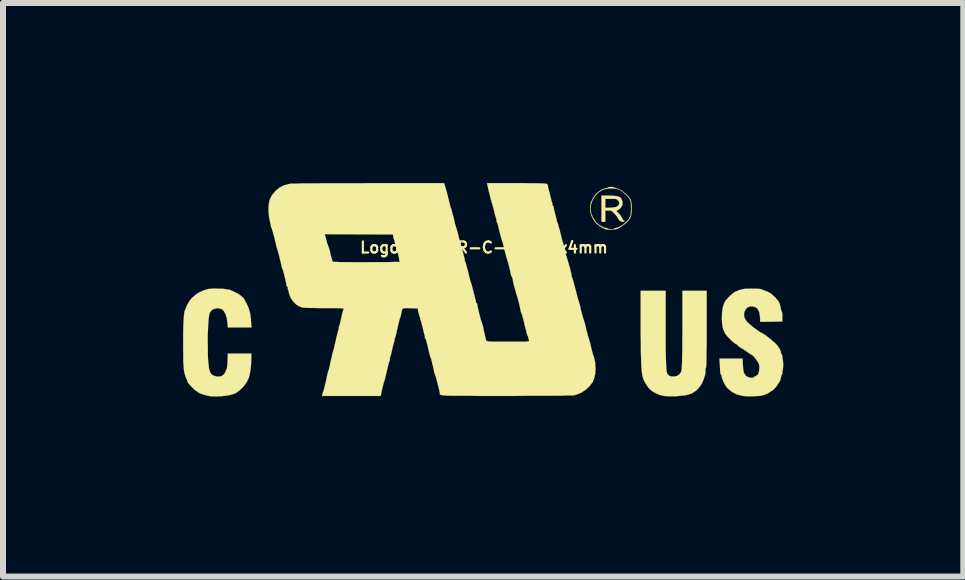
<source format=kicad_pcb>
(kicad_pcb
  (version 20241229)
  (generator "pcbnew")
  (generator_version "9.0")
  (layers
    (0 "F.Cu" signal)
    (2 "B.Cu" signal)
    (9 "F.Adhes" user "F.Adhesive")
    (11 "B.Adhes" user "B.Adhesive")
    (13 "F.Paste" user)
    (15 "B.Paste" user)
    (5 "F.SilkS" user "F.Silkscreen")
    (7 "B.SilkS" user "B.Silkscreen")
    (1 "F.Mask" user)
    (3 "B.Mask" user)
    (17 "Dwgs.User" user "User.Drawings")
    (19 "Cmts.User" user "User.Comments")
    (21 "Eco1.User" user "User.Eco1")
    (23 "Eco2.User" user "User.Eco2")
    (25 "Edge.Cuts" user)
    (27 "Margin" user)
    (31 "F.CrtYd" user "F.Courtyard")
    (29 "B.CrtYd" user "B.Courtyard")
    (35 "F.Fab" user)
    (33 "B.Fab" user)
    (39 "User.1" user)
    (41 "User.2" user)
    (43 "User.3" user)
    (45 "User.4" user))
  (footprint "Logo_silk_UR-C-US_10x4mm"
    (layer "F.Cu")
    (at 5.013 1.774)
    (property "Reference" "Logo_silk_UR-C-US_10x4mm" (at 0 -0.7 0) (layer "F.SilkS") (effects (font (size 0.185 0.185) (thickness 0.036))))
    (attr through_hole)
    (fp_poly (pts (xy 2.342 -1.138) (xy 2.334 -1.13) (xy 2.314 -1.13) (xy 2.289 -1.133) (xy 2.268 -1.143) (xy 2.261 -1.148) (xy 2.243 -1.171) (xy 2.228 -1.196) (xy 2.212 -1.222) (xy 2.187 -1.252) (xy 2.169 -1.27) (xy 2.144 -1.295) (xy 2.123 -1.311) (xy 2.101 -1.316) (xy 2.075 -1.316) (xy 2.022 -1.316) (xy 2.022 -1.222) (xy 2.022 -1.128) (xy 1.989 -1.128) (xy 1.958 -1.128) (xy 1.958 -1.346) (xy 1.958 -1.565) (xy 2.083 -1.565) (xy 2.154 -1.562) (xy 2.205 -1.557) (xy 2.243 -1.549) (xy 2.271 -1.534) (xy 2.289 -1.514) (xy 2.294 -1.504) (xy 2.311 -1.455) (xy 2.306 -1.407) (xy 2.281 -1.364) (xy 2.258 -1.341) (xy 2.258 -1.433) (xy 2.25 -1.463) (xy 2.233 -1.486) (xy 2.22 -1.499) (xy 2.205 -1.506) (xy 2.184 -1.511) (xy 2.154 -1.511) (xy 2.116 -1.511) (xy 2.022 -1.511) (xy 2.022 -1.438) (xy 2.022 -1.361) (xy 2.103 -1.364) (xy 2.146 -1.367) (xy 2.182 -1.372) (xy 2.207 -1.377) (xy 2.21 -1.379) (xy 2.243 -1.405) (xy 2.258 -1.433) (xy 2.258 -1.341) (xy 2.256 -1.341) (xy 2.23 -1.323) (xy 2.225 -1.321) (xy 2.212 -1.318) (xy 2.21 -1.311) (xy 2.217 -1.298) (xy 2.238 -1.275) (xy 2.243 -1.273) (xy 2.271 -1.24) (xy 2.294 -1.206) (xy 2.304 -1.189) (xy 2.316 -1.163) (xy 2.329 -1.151) (xy 2.332 -1.151) (xy 2.342 -1.14) (xy 2.342 -1.138)) (stroke (width 0.003) (type solid)) (fill yes) (layer "F.SilkS"))
    (fp_poly (pts (xy 3.711 0.658) (xy 3.711 0.805) (xy 3.711 0.932) (xy 3.708 1.039) (xy 3.708 1.128) (xy 3.706 1.196) (xy 3.706 1.247) (xy 3.703 1.283) (xy 3.701 1.298) (xy 3.701 1.3) (xy 3.693 1.313) (xy 3.691 1.341) (xy 3.691 1.351) (xy 3.691 1.382) (xy 3.688 1.405) (xy 3.688 1.41) (xy 3.683 1.427) (xy 3.673 1.458) (xy 3.663 1.491) (xy 3.632 1.565) (xy 3.586 1.633) (xy 3.546 1.674) (xy 3.526 1.692) (xy 3.51 1.699) (xy 3.498 1.707) (xy 3.49 1.714) (xy 3.475 1.725) (xy 3.444 1.737) (xy 3.406 1.75) (xy 3.399 1.753) (xy 3.348 1.763) (xy 3.279 1.77) (xy 3.205 1.778) (xy 3.129 1.778) (xy 3.058 1.778) (xy 2.997 1.773) (xy 2.99 1.77) (xy 2.934 1.758) (xy 2.873 1.732) (xy 2.814 1.702) (xy 2.774 1.671) (xy 2.733 1.626) (xy 2.695 1.57) (xy 2.664 1.511) (xy 2.647 1.463) (xy 2.639 1.43) (xy 2.634 1.394) (xy 2.629 1.351) (xy 2.624 1.298) (xy 2.621 1.237) (xy 2.619 1.166) (xy 2.616 1.079) (xy 2.614 0.98) (xy 2.614 0.864) (xy 2.611 0.729) (xy 2.611 0.597) (xy 2.611 0.02) (xy 2.819 0.02) (xy 3.028 0.02) (xy 3.028 0.627) (xy 3.028 0.775) (xy 3.028 0.902) (xy 3.028 1.011) (xy 3.03 1.102) (xy 3.033 1.181) (xy 3.035 1.245) (xy 3.038 1.295) (xy 3.04 1.336) (xy 3.045 1.367) (xy 3.051 1.389) (xy 3.056 1.402) (xy 3.058 1.407) (xy 3.086 1.435) (xy 3.127 1.45) (xy 3.172 1.45) (xy 3.216 1.44) (xy 3.254 1.415) (xy 3.256 1.412) (xy 3.274 1.392) (xy 3.287 1.367) (xy 3.294 1.331) (xy 3.297 1.311) (xy 3.297 1.285) (xy 3.299 1.245) (xy 3.302 1.186) (xy 3.302 1.113) (xy 3.305 1.026) (xy 3.305 0.932) (xy 3.305 0.828) (xy 3.307 0.719) (xy 3.307 0.627) (xy 3.307 0.02) (xy 3.508 0.02) (xy 3.711 0.02) (xy 3.711 0.658)) (stroke (width 0.003) (type solid)) (fill yes) (layer "F.SilkS"))
    (fp_poly (pts (xy 2.461 -1.356) (xy 2.459 -1.285) (xy 2.451 -1.229) (xy 2.451 -1.344) (xy 2.451 -1.351) (xy 2.449 -1.402) (xy 2.449 -1.44) (xy 2.443 -1.466) (xy 2.436 -1.486) (xy 2.426 -1.509) (xy 2.423 -1.514) (xy 2.393 -1.554) (xy 2.349 -1.595) (xy 2.301 -1.636) (xy 2.256 -1.664) (xy 2.248 -1.666) (xy 2.207 -1.679) (xy 2.154 -1.684) (xy 2.093 -1.684) (xy 2.035 -1.676) (xy 1.986 -1.664) (xy 1.974 -1.659) (xy 1.908 -1.618) (xy 1.854 -1.562) (xy 1.811 -1.491) (xy 1.783 -1.412) (xy 1.775 -1.341) (xy 1.788 -1.267) (xy 1.819 -1.196) (xy 1.862 -1.128) (xy 1.88 -1.11) (xy 1.913 -1.082) (xy 1.953 -1.057) (xy 1.994 -1.036) (xy 2.027 -1.026) (xy 2.035 -1.026) (xy 2.057 -1.021) (xy 2.068 -1.013) (xy 2.08 -1.008) (xy 2.108 -1.006) (xy 2.118 -1.003) (xy 2.149 -1.006) (xy 2.167 -1.011) (xy 2.172 -1.013) (xy 2.184 -1.024) (xy 2.2 -1.026) (xy 2.235 -1.034) (xy 2.276 -1.054) (xy 2.322 -1.085) (xy 2.365 -1.123) (xy 2.403 -1.161) (xy 2.423 -1.191) (xy 2.436 -1.214) (xy 2.443 -1.234) (xy 2.446 -1.26) (xy 2.449 -1.295) (xy 2.451 -1.344) (xy 2.451 -1.229) (xy 2.433 -1.184) (xy 2.405 -1.146) (xy 2.365 -1.105) (xy 2.309 -1.064) (xy 2.294 -1.054) (xy 2.256 -1.029) (xy 2.228 -1.013) (xy 2.2 -1.006) (xy 2.167 -1.001) (xy 2.144 -1.001) (xy 2.103 -0.998) (xy 2.068 -0.998) (xy 2.042 -1.001) (xy 2.007 -1.013) (xy 1.961 -1.036) (xy 1.915 -1.067) (xy 1.877 -1.097) (xy 1.862 -1.113) (xy 1.824 -1.163) (xy 1.793 -1.227) (xy 1.773 -1.293) (xy 1.768 -1.318) (xy 1.768 -1.384) (xy 1.783 -1.453) (xy 1.816 -1.521) (xy 1.859 -1.585) (xy 1.877 -1.603) (xy 1.918 -1.636) (xy 1.961 -1.664) (xy 2.004 -1.681) (xy 2.04 -1.689) (xy 2.06 -1.694) (xy 2.068 -1.699) (xy 2.083 -1.707) (xy 2.108 -1.709) (xy 2.139 -1.709) (xy 2.167 -1.704) (xy 2.174 -1.699) (xy 2.195 -1.692) (xy 2.225 -1.681) (xy 2.233 -1.679) (xy 2.268 -1.664) (xy 2.309 -1.638) (xy 2.352 -1.603) (xy 2.393 -1.565) (xy 2.426 -1.529) (xy 2.438 -1.509) (xy 2.449 -1.486) (xy 2.454 -1.46) (xy 2.459 -1.425) (xy 2.461 -1.379) (xy 2.461 -1.356)) (stroke (width 0.003) (type solid)) (fill yes) (layer "F.SilkS"))
    (fp_poly (pts (xy -3.873 0.632) (xy -4.072 0.632) (xy -4.267 0.632) (xy -4.275 0.544) (xy -4.285 0.472) (xy -4.305 0.411) (xy -4.331 0.363) (xy -4.361 0.33) (xy -4.379 0.323) (xy -4.432 0.31) (xy -4.483 0.318) (xy -4.526 0.335) (xy -4.557 0.371) (xy -4.567 0.386) (xy -4.577 0.424) (xy -4.587 0.483) (xy -4.592 0.559) (xy -4.597 0.65) (xy -4.602 0.759) (xy -4.602 0.869) (xy -4.6 0.993) (xy -4.6 1.1) (xy -4.595 1.189) (xy -4.587 1.26) (xy -4.58 1.318) (xy -4.569 1.359) (xy -4.557 1.389) (xy -4.547 1.405) (xy -4.506 1.433) (xy -4.455 1.45) (xy -4.404 1.45) (xy -4.374 1.443) (xy -4.346 1.425) (xy -4.321 1.397) (xy -4.305 1.372) (xy -4.303 1.356) (xy -4.295 1.339) (xy -4.29 1.333) (xy -4.285 1.323) (xy -4.28 1.293) (xy -4.275 1.245) (xy -4.272 1.199) (xy -4.267 1.067) (xy -4.072 1.067) (xy -3.876 1.067) (xy -3.876 1.163) (xy -3.879 1.234) (xy -3.886 1.308) (xy -3.896 1.379) (xy -3.909 1.443) (xy -3.919 1.476) (xy -3.955 1.547) (xy -4.003 1.613) (xy -4.064 1.674) (xy -4.13 1.722) (xy -4.145 1.73) (xy -4.186 1.745) (xy -4.244 1.76) (xy -4.31 1.77) (xy -4.381 1.778) (xy -4.455 1.781) (xy -4.521 1.781) (xy -4.577 1.775) (xy -4.592 1.77) (xy -4.641 1.76) (xy -4.686 1.745) (xy -4.727 1.73) (xy -4.757 1.717) (xy -4.773 1.704) (xy -4.785 1.692) (xy -4.793 1.689) (xy -4.806 1.681) (xy -4.829 1.664) (xy -4.854 1.638) (xy -4.882 1.608) (xy -4.907 1.58) (xy -4.928 1.557) (xy -4.935 1.544) (xy -4.938 1.532) (xy -4.948 1.506) (xy -4.953 1.496) (xy -4.963 1.471) (xy -4.971 1.453) (xy -4.971 1.45) (xy -4.976 1.438) (xy -4.978 1.43) (xy -4.986 1.402) (xy -4.994 1.367) (xy -5.001 1.321) (xy -5.004 1.262) (xy -5.009 1.189) (xy -5.009 1.102) (xy -5.011 0.996) (xy -5.011 0.886) (xy -5.011 0.754) (xy -5.009 0.643) (xy -5.006 0.549) (xy -5.001 0.472) (xy -4.996 0.414) (xy -4.991 0.371) (xy -4.981 0.343) (xy -4.978 0.338) (xy -4.971 0.323) (xy -4.971 0.32) (xy -4.95 0.267) (xy -4.917 0.208) (xy -4.874 0.15) (xy -4.823 0.102) (xy -4.773 0.064) (xy -4.755 0.053) (xy -4.704 0.03) (xy -4.666 0.013) (xy -4.641 0.005) (xy -4.638 0.003) (xy -4.62 0) (xy -4.608 -0.005) (xy -4.587 -0.01) (xy -4.552 -0.013) (xy -4.506 -0.015) (xy -4.455 -0.015) (xy -4.402 -0.013) (xy -4.356 -0.013) (xy -4.315 -0.008) (xy -4.288 -0.005) (xy -4.28 0) (xy -4.262 0.003) (xy -4.257 0.003) (xy -4.244 0) (xy -4.227 0.008) (xy -4.204 0.018) (xy -4.171 0.033) (xy -4.143 0.046) (xy -4.11 0.064) (xy -4.074 0.086) (xy -4.039 0.112) (xy -4.011 0.137) (xy -3.993 0.157) (xy -3.99 0.165) (xy -3.985 0.178) (xy -3.973 0.203) (xy -3.957 0.229) (xy -3.922 0.302) (xy -3.896 0.394) (xy -3.881 0.5) (xy -3.881 0.526) (xy -3.873 0.632)) (stroke (width 0.003) (type solid)) (fill yes) (layer "F.SilkS"))
    (fp_poly (pts (xy 4.986 1.273) (xy 4.983 1.308) (xy 4.981 1.336) (xy 4.978 1.351) (xy 4.971 1.364) (xy 4.973 1.382) (xy 4.973 1.402) (xy 4.966 1.412) (xy 4.956 1.427) (xy 4.956 1.44) (xy 4.95 1.46) (xy 4.943 1.491) (xy 4.933 1.519) (xy 4.915 1.552) (xy 4.892 1.587) (xy 4.864 1.626) (xy 4.836 1.656) (xy 4.813 1.679) (xy 4.796 1.689) (xy 4.793 1.689) (xy 4.778 1.697) (xy 4.77 1.704) (xy 4.757 1.714) (xy 4.729 1.73) (xy 4.694 1.745) (xy 4.691 1.748) (xy 4.656 1.76) (xy 4.62 1.768) (xy 4.585 1.773) (xy 4.536 1.775) (xy 4.488 1.778) (xy 4.432 1.778) (xy 4.381 1.778) (xy 4.338 1.775) (xy 4.313 1.773) (xy 4.216 1.748) (xy 4.135 1.707) (xy 4.069 1.654) (xy 4.039 1.621) (xy 4.018 1.59) (xy 3.998 1.549) (xy 3.98 1.509) (xy 3.965 1.471) (xy 3.96 1.443) (xy 3.96 1.44) (xy 3.955 1.422) (xy 3.947 1.417) (xy 3.942 1.405) (xy 3.937 1.374) (xy 3.934 1.328) (xy 3.932 1.283) (xy 3.924 1.151) (xy 4.117 1.151) (xy 4.308 1.151) (xy 4.315 1.257) (xy 4.318 1.306) (xy 4.323 1.346) (xy 4.328 1.379) (xy 4.333 1.389) (xy 4.351 1.417) (xy 4.369 1.44) (xy 4.387 1.453) (xy 4.397 1.455) (xy 4.407 1.458) (xy 4.409 1.46) (xy 4.425 1.468) (xy 4.448 1.471) (xy 4.473 1.471) (xy 4.493 1.466) (xy 4.498 1.46) (xy 4.508 1.45) (xy 4.524 1.445) (xy 4.549 1.43) (xy 4.567 1.412) (xy 4.58 1.379) (xy 4.587 1.336) (xy 4.59 1.288) (xy 4.585 1.25) (xy 4.582 1.242) (xy 4.572 1.222) (xy 4.554 1.191) (xy 4.531 1.161) (xy 4.508 1.13) (xy 4.488 1.107) (xy 4.475 1.097) (xy 4.465 1.092) (xy 4.44 1.077) (xy 4.407 1.054) (xy 4.387 1.041) (xy 4.348 1.013) (xy 4.31 0.988) (xy 4.282 0.97) (xy 4.272 0.965) (xy 4.247 0.95) (xy 4.229 0.932) (xy 4.229 0.93) (xy 4.214 0.914) (xy 4.201 0.912) (xy 4.188 0.904) (xy 4.166 0.886) (xy 4.133 0.859) (xy 4.1 0.826) (xy 4.061 0.785) (xy 4.034 0.754) (xy 4.016 0.729) (xy 4.003 0.699) (xy 3.99 0.668) (xy 3.978 0.63) (xy 3.973 0.594) (xy 3.967 0.554) (xy 3.965 0.5) (xy 3.965 0.47) (xy 3.967 0.389) (xy 3.975 0.325) (xy 3.988 0.269) (xy 4.008 0.216) (xy 4.013 0.206) (xy 4.031 0.178) (xy 4.061 0.145) (xy 4.097 0.107) (xy 4.135 0.074) (xy 4.168 0.048) (xy 4.194 0.033) (xy 4.224 0.023) (xy 4.244 0.013) (xy 4.267 0.005) (xy 4.275 0.003) (xy 4.293 0) (xy 4.308 -0.005) (xy 4.326 -0.008) (xy 4.361 -0.013) (xy 4.407 -0.013) (xy 4.458 -0.015) (xy 4.508 -0.013) (xy 4.557 -0.013) (xy 4.595 -0.01) (xy 4.615 -0.005) (xy 4.618 -0.005) (xy 4.638 0) (xy 4.643 0.005) (xy 4.663 0.013) (xy 4.696 0.025) (xy 4.729 0.038) (xy 4.75 0.048) (xy 4.78 0.066) (xy 4.816 0.097) (xy 4.854 0.132) (xy 4.887 0.17) (xy 4.912 0.203) (xy 4.917 0.213) (xy 4.928 0.239) (xy 4.938 0.277) (xy 4.945 0.31) (xy 4.953 0.345) (xy 4.963 0.371) (xy 4.968 0.384) (xy 4.971 0.396) (xy 4.973 0.424) (xy 4.973 0.46) (xy 4.971 0.533) (xy 4.785 0.536) (xy 4.602 0.538) (xy 4.602 0.483) (xy 4.597 0.439) (xy 4.59 0.394) (xy 4.585 0.373) (xy 4.569 0.338) (xy 4.554 0.315) (xy 4.529 0.297) (xy 4.481 0.282) (xy 4.432 0.282) (xy 4.389 0.3) (xy 4.359 0.333) (xy 4.338 0.378) (xy 4.333 0.422) (xy 4.338 0.457) (xy 4.354 0.495) (xy 4.381 0.536) (xy 4.425 0.577) (xy 4.483 0.625) (xy 4.552 0.676) (xy 4.585 0.699) (xy 4.613 0.716) (xy 4.63 0.724) (xy 4.646 0.732) (xy 4.671 0.747) (xy 4.707 0.772) (xy 4.745 0.803) (xy 4.783 0.833) (xy 4.818 0.864) (xy 4.849 0.889) (xy 4.854 0.897) (xy 4.889 0.932) (xy 4.917 0.973) (xy 4.938 1.008) (xy 4.945 1.036) (xy 4.945 1.039) (xy 4.95 1.057) (xy 4.961 1.082) (xy 4.971 1.11) (xy 4.973 1.13) (xy 4.973 1.151) (xy 4.976 1.156) (xy 4.981 1.168) (xy 4.983 1.196) (xy 4.986 1.232) (xy 4.986 1.273)) (stroke (width 0.003) (type solid)) (fill yes) (layer "F.SilkS"))
    (fp_poly (pts (xy 1.859 1.313) (xy 1.854 1.407) (xy 1.834 1.488) (xy 1.814 1.539) (xy 1.76 1.61) (xy 1.694 1.671) (xy 1.618 1.72) (xy 1.537 1.753) (xy 1.496 1.763) (xy 1.476 1.763) (xy 1.435 1.765) (xy 1.377 1.765) (xy 1.3 1.768) (xy 1.206 1.768) (xy 1.097 1.77) (xy 0.973 1.77) (xy 0.836 1.77) (xy 0.686 1.77) (xy 0.523 1.773) (xy 0.363 1.773) (xy 0.188 1.773) (xy 0.033 1.773) (xy -0.102 1.773) (xy -0.221 1.77) (xy -0.325 1.77) (xy -0.414 1.77) (xy -0.488 1.77) (xy -0.551 1.768) (xy -0.602 1.768) (xy -0.643 1.765) (xy -0.673 1.763) (xy -0.696 1.76) (xy -0.714 1.758) (xy -0.724 1.753) (xy -0.732 1.75) (xy -0.734 1.745) (xy -0.734 1.737) (xy -0.734 1.732) (xy -0.737 1.712) (xy -0.744 1.679) (xy -0.754 1.636) (xy -0.767 1.585) (xy -0.78 1.534) (xy -0.792 1.488) (xy -0.803 1.45) (xy -0.813 1.427) (xy -0.813 1.422) (xy -0.823 1.397) (xy -0.828 1.379) (xy -0.831 1.361) (xy -0.838 1.328) (xy -0.846 1.288) (xy -0.859 1.242) (xy -0.869 1.196) (xy -0.879 1.158) (xy -0.889 1.133) (xy -0.892 1.123) (xy -0.899 1.102) (xy -0.909 1.064) (xy -0.922 1.011) (xy -0.937 0.947) (xy -0.953 0.879) (xy -0.953 0.876) (xy -0.963 0.846) (xy -0.97 0.823) (xy -0.975 0.818) (xy -0.983 0.81) (xy -0.983 0.8) (xy -0.986 0.775) (xy -0.988 0.767) (xy -0.991 0.749) (xy -1.001 0.719) (xy -1.011 0.676) (xy -1.021 0.632) (xy -1.034 0.584) (xy -1.044 0.541) (xy -1.054 0.513) (xy -1.059 0.5) (xy -1.064 0.483) (xy -1.062 0.478) (xy -1.062 0.465) (xy -1.064 0.465) (xy -1.072 0.452) (xy -1.079 0.427) (xy -1.087 0.391) (xy -1.09 0.389) (xy -1.105 0.315) (xy -1.229 0.312) (xy -1.283 0.31) (xy -1.318 0.31) (xy -1.344 0.315) (xy -1.356 0.325) (xy -1.367 0.345) (xy -1.372 0.376) (xy -1.379 0.409) (xy -1.387 0.442) (xy -1.394 0.467) (xy -1.394 0.47) (xy -1.394 -0.462) (xy -1.407 -0.475) (xy -1.41 -0.483) (xy -1.412 -0.5) (xy -1.417 -0.533) (xy -1.427 -0.577) (xy -1.44 -0.625) (xy -1.453 -0.673) (xy -1.463 -0.716) (xy -1.473 -0.749) (xy -1.481 -0.77) (xy -1.483 -0.772) (xy -1.488 -0.792) (xy -1.488 -0.803) (xy -1.486 -0.815) (xy -1.491 -0.818) (xy -1.496 -0.828) (xy -1.504 -0.851) (xy -1.509 -0.866) (xy -1.516 -0.917) (xy -2.085 -0.919) (xy -2.652 -0.922) (xy -2.624 -0.82) (xy -2.614 -0.777) (xy -2.601 -0.742) (xy -2.593 -0.719) (xy -2.591 -0.714) (xy -2.586 -0.701) (xy -2.578 -0.676) (xy -2.57 -0.653) (xy -2.56 -0.607) (xy -2.548 -0.556) (xy -2.543 -0.538) (xy -2.532 -0.505) (xy -2.525 -0.478) (xy -2.522 -0.467) (xy -2.517 -0.465) (xy -2.504 -0.462) (xy -2.479 -0.46) (xy -2.443 -0.46) (xy -2.393 -0.457) (xy -2.329 -0.457) (xy -2.25 -0.457) (xy -2.154 -0.455) (xy -2.04 -0.455) (xy -1.951 -0.455) (xy -1.844 -0.457) (xy -1.745 -0.457) (xy -1.656 -0.457) (xy -1.575 -0.457) (xy -1.509 -0.46) (xy -1.455 -0.46) (xy -1.417 -0.46) (xy -1.397 -0.462) (xy -1.394 -0.462) (xy -1.394 0.47) (xy -1.4 0.475) (xy -1.402 0.488) (xy -1.41 0.516) (xy -1.42 0.556) (xy -1.433 0.607) (xy -1.44 0.643) (xy -1.453 0.696) (xy -1.463 0.744) (xy -1.473 0.782) (xy -1.481 0.805) (xy -1.486 0.81) (xy -1.491 0.823) (xy -1.488 0.831) (xy -1.488 0.851) (xy -1.491 0.856) (xy -1.496 0.869) (xy -1.504 0.897) (xy -1.516 0.94) (xy -1.527 0.988) (xy -1.529 0.993) (xy -1.539 1.044) (xy -1.549 1.087) (xy -1.56 1.118) (xy -1.565 1.133) (xy -1.57 1.148) (xy -1.567 1.156) (xy -1.567 1.176) (xy -1.572 1.184) (xy -1.577 1.199) (xy -1.587 1.229) (xy -1.598 1.273) (xy -1.61 1.323) (xy -1.615 1.346) (xy -1.628 1.402) (xy -1.641 1.45) (xy -1.648 1.488) (xy -1.656 1.514) (xy -1.659 1.519) (xy -1.664 1.537) (xy -1.674 1.57) (xy -1.684 1.613) (xy -1.689 1.631) (xy -1.699 1.676) (xy -1.707 1.714) (xy -1.714 1.742) (xy -1.714 1.748) (xy -1.72 1.773) (xy -2.207 1.773) (xy -2.697 1.773) (xy -2.69 1.737) (xy -2.682 1.712) (xy -2.675 1.694) (xy -2.67 1.681) (xy -2.662 1.651) (xy -2.652 1.608) (xy -2.639 1.554) (xy -2.626 1.499) (xy -2.614 1.44) (xy -2.606 1.4) (xy -2.598 1.372) (xy -2.591 1.354) (xy -2.591 1.351) (xy -2.586 1.339) (xy -2.578 1.308) (xy -2.568 1.267) (xy -2.558 1.214) (xy -2.55 1.186) (xy -2.537 1.13) (xy -2.527 1.079) (xy -2.517 1.041) (xy -2.51 1.016) (xy -2.507 1.011) (xy -2.502 0.993) (xy -2.494 0.96) (xy -2.484 0.914) (xy -2.471 0.861) (xy -2.466 0.838) (xy -2.454 0.782) (xy -2.441 0.734) (xy -2.431 0.696) (xy -2.423 0.671) (xy -2.423 0.665) (xy -2.416 0.645) (xy -2.418 0.635) (xy -2.418 0.622) (xy -2.416 0.617) (xy -2.41 0.602) (xy -2.4 0.572) (xy -2.39 0.531) (xy -2.38 0.483) (xy -2.377 0.475) (xy -2.367 0.427) (xy -2.357 0.384) (xy -2.347 0.351) (xy -2.342 0.335) (xy -2.337 0.32) (xy -2.339 0.318) (xy -2.349 0.315) (xy -2.38 0.312) (xy -2.426 0.312) (xy -2.484 0.31) (xy -2.553 0.31) (xy -2.629 0.31) (xy -2.659 0.31) (xy -2.741 0.31) (xy -2.817 0.307) (xy -2.888 0.307) (xy -2.946 0.305) (xy -2.992 0.302) (xy -3.023 0.3) (xy -3.025 0.3) (xy -3.081 0.279) (xy -3.134 0.244) (xy -3.183 0.193) (xy -3.221 0.137) (xy -3.244 0.076) (xy -3.249 0.053) (xy -3.256 0.025) (xy -3.261 0.008) (xy -3.264 0.005) (xy -3.269 -0.008) (xy -3.266 -0.02) (xy -3.266 -0.036) (xy -3.272 -0.041) (xy -3.282 -0.048) (xy -3.289 -0.071) (xy -3.289 -0.074) (xy -3.297 -0.114) (xy -3.307 -0.163) (xy -3.32 -0.213) (xy -3.332 -0.262) (xy -3.343 -0.302) (xy -3.35 -0.33) (xy -3.358 -0.345) (xy -3.365 -0.363) (xy -3.373 -0.389) (xy -3.373 -0.394) (xy -3.383 -0.442) (xy -3.396 -0.495) (xy -3.409 -0.549) (xy -3.421 -0.597) (xy -3.432 -0.635) (xy -3.439 -0.66) (xy -3.442 -0.668) (xy -3.447 -0.686) (xy -3.457 -0.719) (xy -3.467 -0.762) (xy -3.48 -0.815) (xy -3.482 -0.828) (xy -3.495 -0.881) (xy -3.51 -0.932) (xy -3.52 -0.97) (xy -3.528 -0.996) (xy -3.528 -0.998) (xy -3.546 -1.044) (xy -3.559 -1.105) (xy -3.574 -1.173) (xy -3.584 -1.242) (xy -3.589 -1.308) (xy -3.589 -1.346) (xy -3.584 -1.433) (xy -3.566 -1.504) (xy -3.533 -1.57) (xy -3.482 -1.631) (xy -3.475 -1.641) (xy -3.406 -1.699) (xy -3.33 -1.737) (xy -3.241 -1.76) (xy -3.221 -1.763) (xy -3.18 -1.765) (xy -3.119 -1.765) (xy -3.04 -1.768) (xy -2.944 -1.768) (xy -2.83 -1.768) (xy -2.697 -1.77) (xy -2.55 -1.77) (xy -2.388 -1.77) (xy -2.212 -1.77) (xy -2.019 -1.77) (xy -1.92 -1.773) (xy -0.663 -1.773) (xy -0.655 -1.742) (xy -0.648 -1.72) (xy -0.643 -1.704) (xy -0.638 -1.687) (xy -0.635 -1.684) (xy -0.632 -1.666) (xy -0.627 -1.659) (xy -0.625 -1.641) (xy -0.615 -1.61) (xy -0.605 -1.567) (xy -0.592 -1.516) (xy -0.589 -1.506) (xy -0.577 -1.455) (xy -0.566 -1.41) (xy -0.556 -1.374) (xy -0.549 -1.354) (xy -0.549 -1.351) (xy -0.541 -1.333) (xy -0.533 -1.3) (xy -0.521 -1.257) (xy -0.508 -1.206) (xy -0.505 -1.196) (xy -0.493 -1.146) (xy -0.483 -1.097) (xy -0.472 -1.062) (xy -0.465 -1.041) (xy -0.46 -1.024) (xy -0.45 -0.991) (xy -0.437 -0.945) (xy -0.424 -0.894) (xy -0.424 -0.889) (xy -0.411 -0.841) (xy -0.399 -0.795) (xy -0.389 -0.759) (xy -0.384 -0.742) (xy -0.384 -0.739) (xy -0.376 -0.721) (xy -0.368 -0.688) (xy -0.356 -0.648) (xy -0.345 -0.602) (xy -0.335 -0.559) (xy -0.325 -0.521) (xy -0.32 -0.493) (xy -0.32 -0.485) (xy -0.315 -0.47) (xy -0.305 -0.445) (xy -0.305 -0.442) (xy -0.297 -0.419) (xy -0.287 -0.381) (xy -0.274 -0.333) (xy -0.259 -0.279) (xy -0.259 -0.274) (xy -0.246 -0.221) (xy -0.234 -0.178) (xy -0.226 -0.142) (xy -0.221 -0.124) (xy -0.218 -0.122) (xy -0.213 -0.104) (xy -0.211 -0.097) (xy -0.206 -0.079) (xy -0.203 -0.071) (xy -0.198 -0.056) (xy -0.191 -0.023) (xy -0.18 0.015) (xy -0.17 0.056) (xy -0.157 0.104) (xy -0.147 0.145) (xy -0.14 0.173) (xy -0.137 0.185) (xy -0.132 0.208) (xy -0.132 0.213) (xy -0.127 0.226) (xy -0.124 0.226) (xy -0.114 0.236) (xy -0.112 0.244) (xy -0.109 0.259) (xy -0.104 0.292) (xy -0.094 0.335) (xy -0.084 0.381) (xy -0.071 0.429) (xy -0.061 0.472) (xy -0.051 0.508) (xy -0.043 0.528) (xy -0.041 0.533) (xy -0.036 0.546) (xy -0.028 0.577) (xy -0.015 0.617) (xy -0.005 0.671) (xy 0 0.693) (xy 0.013 0.747) (xy 0.023 0.795) (xy 0.033 0.831) (xy 0.041 0.853) (xy 0.043 0.856) (xy 0.051 0.861) (xy 0.069 0.864) (xy 0.099 0.866) (xy 0.142 0.869) (xy 0.203 0.869) (xy 0.279 0.869) (xy 0.373 0.869) (xy 0.404 0.869) (xy 0.5 0.869) (xy 0.577 0.869) (xy 0.635 0.869) (xy 0.681 0.869) (xy 0.711 0.866) (xy 0.734 0.864) (xy 0.744 0.861) (xy 0.752 0.859) (xy 0.752 0.853) (xy 0.752 0.851) (xy 0.747 0.828) (xy 0.739 0.803) (xy 0.732 0.777) (xy 0.724 0.762) (xy 0.719 0.747) (xy 0.711 0.719) (xy 0.701 0.676) (xy 0.688 0.625) (xy 0.683 0.61) (xy 0.671 0.559) (xy 0.66 0.513) (xy 0.65 0.478) (xy 0.645 0.457) (xy 0.645 0.455) (xy 0.638 0.434) (xy 0.638 0.429) (xy 0.632 0.414) (xy 0.622 0.389) (xy 0.615 0.366) (xy 0.61 0.351) (xy 0.607 0.333) (xy 0.602 0.302) (xy 0.592 0.262) (xy 0.582 0.216) (xy 0.569 0.17) (xy 0.559 0.132) (xy 0.551 0.107) (xy 0.549 0.097) (xy 0.541 0.079) (xy 0.533 0.046) (xy 0.521 0.003) (xy 0.508 -0.043) (xy 0.495 -0.091) (xy 0.485 -0.135) (xy 0.48 -0.17) (xy 0.475 -0.188) (xy 0.475 -0.191) (xy 0.472 -0.203) (xy 0.467 -0.206) (xy 0.462 -0.216) (xy 0.452 -0.239) (xy 0.447 -0.267) (xy 0.427 -0.351) (xy 0.411 -0.419) (xy 0.396 -0.47) (xy 0.386 -0.503) (xy 0.384 -0.513) (xy 0.376 -0.528) (xy 0.368 -0.564) (xy 0.356 -0.607) (xy 0.343 -0.658) (xy 0.34 -0.668) (xy 0.328 -0.719) (xy 0.318 -0.765) (xy 0.307 -0.8) (xy 0.3 -0.82) (xy 0.3 -0.823) (xy 0.292 -0.841) (xy 0.284 -0.874) (xy 0.272 -0.919) (xy 0.259 -0.97) (xy 0.257 -0.978) (xy 0.244 -1.029) (xy 0.234 -1.074) (xy 0.224 -1.107) (xy 0.216 -1.125) (xy 0.213 -1.125) (xy 0.208 -1.146) (xy 0.208 -1.153) (xy 0.211 -1.171) (xy 0.206 -1.176) (xy 0.201 -1.191) (xy 0.193 -1.219) (xy 0.18 -1.26) (xy 0.17 -1.306) (xy 0.157 -1.354) (xy 0.147 -1.394) (xy 0.14 -1.422) (xy 0.135 -1.435) (xy 0.13 -1.453) (xy 0.127 -1.455) (xy 0.124 -1.473) (xy 0.122 -1.481) (xy 0.117 -1.496) (xy 0.109 -1.527) (xy 0.099 -1.57) (xy 0.086 -1.618) (xy 0.074 -1.666) (xy 0.064 -1.714) (xy 0.056 -1.748) (xy 0.051 -1.773) (xy 0.544 -1.773) (xy 0.66 -1.773) (xy 0.757 -1.77) (xy 0.836 -1.77) (xy 0.902 -1.77) (xy 0.95 -1.768) (xy 0.988 -1.768) (xy 1.016 -1.765) (xy 1.034 -1.763) (xy 1.046 -1.76) (xy 1.052 -1.758) (xy 1.064 -1.737) (xy 1.067 -1.727) (xy 1.067 -1.707) (xy 1.069 -1.699) (xy 1.074 -1.684) (xy 1.082 -1.651) (xy 1.095 -1.61) (xy 1.102 -1.57) (xy 1.115 -1.524) (xy 1.125 -1.483) (xy 1.133 -1.455) (xy 1.138 -1.445) (xy 1.14 -1.427) (xy 1.14 -1.417) (xy 1.143 -1.402) (xy 1.148 -1.4) (xy 1.158 -1.389) (xy 1.161 -1.382) (xy 1.163 -1.364) (xy 1.168 -1.333) (xy 1.179 -1.29) (xy 1.191 -1.242) (xy 1.204 -1.194) (xy 1.214 -1.148) (xy 1.224 -1.115) (xy 1.232 -1.095) (xy 1.232 -1.092) (xy 1.24 -1.074) (xy 1.247 -1.041) (xy 1.26 -0.998) (xy 1.273 -0.947) (xy 1.275 -0.937) (xy 1.288 -0.886) (xy 1.298 -0.841) (xy 1.308 -0.808) (xy 1.313 -0.787) (xy 1.316 -0.787) (xy 1.321 -0.77) (xy 1.328 -0.739) (xy 1.341 -0.696) (xy 1.354 -0.645) (xy 1.356 -0.625) (xy 1.369 -0.574) (xy 1.382 -0.528) (xy 1.392 -0.495) (xy 1.397 -0.478) (xy 1.397 -0.475) (xy 1.402 -0.465) (xy 1.41 -0.437) (xy 1.42 -0.401) (xy 1.433 -0.358) (xy 1.443 -0.315) (xy 1.453 -0.274) (xy 1.458 -0.244) (xy 1.46 -0.226) (xy 1.466 -0.208) (xy 1.476 -0.183) (xy 1.483 -0.16) (xy 1.494 -0.122) (xy 1.506 -0.074) (xy 1.521 -0.02) (xy 1.527 0.005) (xy 1.542 0.058) (xy 1.554 0.109) (xy 1.565 0.15) (xy 1.572 0.175) (xy 1.575 0.18) (xy 1.58 0.198) (xy 1.59 0.231) (xy 1.603 0.274) (xy 1.613 0.328) (xy 1.615 0.335) (xy 1.628 0.389) (xy 1.641 0.434) (xy 1.651 0.47) (xy 1.656 0.49) (xy 1.659 0.49) (xy 1.664 0.508) (xy 1.674 0.541) (xy 1.687 0.587) (xy 1.699 0.638) (xy 1.699 0.643) (xy 1.712 0.693) (xy 1.725 0.737) (xy 1.732 0.772) (xy 1.74 0.792) (xy 1.745 0.81) (xy 1.755 0.843) (xy 1.768 0.886) (xy 1.781 0.94) (xy 1.783 0.953) (xy 1.796 1.003) (xy 1.808 1.049) (xy 1.816 1.082) (xy 1.824 1.102) (xy 1.831 1.118) (xy 1.839 1.148) (xy 1.847 1.189) (xy 1.852 1.212) (xy 1.859 1.313)) (stroke (width 0.003) (type solid)) (fill yes) (layer "F.SilkS")))
  (gr_rect
    (start -3 -3)
    (end 13 6.556)
    (stroke (width 0.1) (type default))
    (fill no)
    (layer "Edge.Cuts")))
</source>
